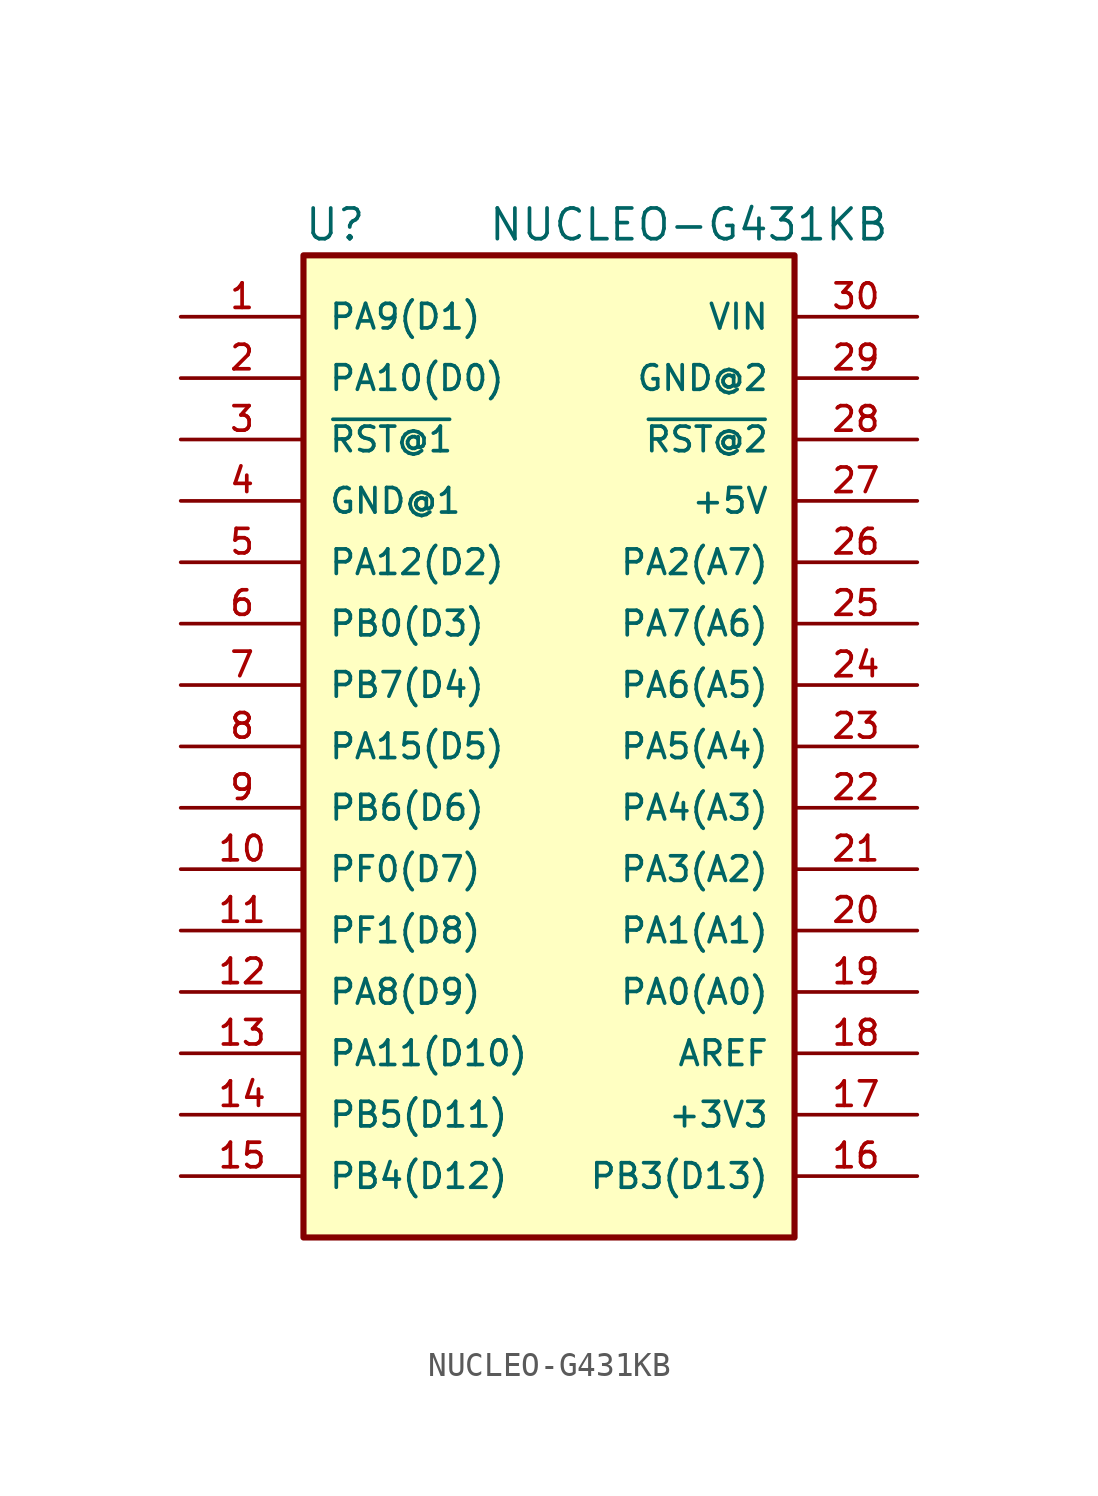
<source format=kicad_sym>
(kicad_symbol_lib
  (version 20220914)
  (generator kicad_symbol_editor)
  (symbol "NUCLEO-G431KB"
    (pin_names
      (offset 1.016))
    (property "Reference" "U"
      (at -10.16 21.59 0)
      (effects (font (size 1.27 1.27)) (justify left)))
    (property "Value" "NUCLEO-G431KB"
      (at -2.54 21.59 0)
      (effects (font (size 1.27 1.27)) (justify left)))
    (symbol "NUCLEO-G431KB_0_0"
      (rectangle (start -10.16 20.32) (end 10.16 -20.32) (stroke (width 0.254) (type default)) (fill (type background)))
      (pin bidirectional line (at -15.24 17.78 0) (length 5.08) (name "PA9(D1)" (effects (font (size 1.016 1.016)))) (number "1" (effects (font (size 1.016 1.016)))))
      (pin bidirectional line (at -15.24 -5.08 0) (length 5.08) (name "PF0(D7)" (effects (font (size 1.016 1.016)))) (number "10" (effects (font (size 1.016 1.016)))))
      (pin bidirectional line (at -15.24 -7.62 0) (length 5.08) (name "PF1(D8)" (effects (font (size 1.016 1.016)))) (number "11" (effects (font (size 1.016 1.016)))))
      (pin bidirectional line (at -15.24 -10.16 0) (length 5.08) (name "PA8(D9)" (effects (font (size 1.016 1.016)))) (number "12" (effects (font (size 1.016 1.016)))))
      (pin bidirectional line (at -15.24 -12.7 0) (length 5.08) (name "PA11(D10)" (effects (font (size 1.016 1.016)))) (number "13" (effects (font (size 1.016 1.016)))))
      (pin bidirectional line (at -15.24 -15.24 0) (length 5.08) (name "PB5(D11)" (effects (font (size 1.016 1.016)))) (number "14" (effects (font (size 1.016 1.016)))))
      (pin bidirectional line (at -15.24 -17.78 0) (length 5.08) (name "PB4(D12)" (effects (font (size 1.016 1.016)))) (number "15" (effects (font (size 1.016 1.016)))))
      (pin bidirectional line (at 15.24 -17.78 180) (length 5.08) (name "PB3(D13)" (effects (font (size 1.016 1.016)))) (number "16" (effects (font (size 1.016 1.016)))))
      (pin passive line (at 15.24 -15.24 180) (length 5.08) (name "+3V3" (effects (font (size 1.016 1.016)))) (number "17" (effects (font (size 1.016 1.016)))))
      (pin passive line (at 15.24 -12.7 180) (length 5.08) (name "AREF" (effects (font (size 1.016 1.016)))) (number "18" (effects (font (size 1.016 1.016)))))
      (pin bidirectional line (at 15.24 -10.16 180) (length 5.08) (name "PA0(A0)" (effects (font (size 1.016 1.016)))) (number "19" (effects (font (size 1.016 1.016)))))
      (pin bidirectional line (at -15.24 15.24 0) (length 5.08) (name "PA10(D0)" (effects (font (size 1.016 1.016)))) (number "2" (effects (font (size 1.016 1.016)))))
      (pin bidirectional line (at 15.24 -7.62 180) (length 5.08) (name "PA1(A1)" (effects (font (size 1.016 1.016)))) (number "20" (effects (font (size 1.016 1.016)))))
      (pin bidirectional line (at 15.24 -5.08 180) (length 5.08) (name "PA3(A2)" (effects (font (size 1.016 1.016)))) (number "21" (effects (font (size 1.016 1.016)))))
      (pin bidirectional line (at 15.24 -2.54 180) (length 5.08) (name "PA4(A3)" (effects (font (size 1.016 1.016)))) (number "22" (effects (font (size 1.016 1.016)))))
      (pin bidirectional line (at 15.24 0 180) (length 5.08) (name "PA5(A4)" (effects (font (size 1.016 1.016)))) (number "23" (effects (font (size 1.016 1.016)))))
      (pin bidirectional line (at 15.24 2.54 180) (length 5.08) (name "PA6(A5)" (effects (font (size 1.016 1.016)))) (number "24" (effects (font (size 1.016 1.016)))))
      (pin bidirectional line (at 15.24 5.08 180) (length 5.08) (name "PA7(A6)" (effects (font (size 1.016 1.016)))) (number "25" (effects (font (size 1.016 1.016)))))
      (pin bidirectional line (at 15.24 7.62 180) (length 5.08) (name "PA2(A7)" (effects (font (size 1.016 1.016)))) (number "26" (effects (font (size 1.016 1.016)))))
      (pin passive line (at 15.24 10.16 180) (length 5.08) (name "+5V" (effects (font (size 1.016 1.016)))) (number "27" (effects (font (size 1.016 1.016)))))
      (pin bidirectional line (at 15.24 12.7 180) (length 5.08) (name "~{RST@2}" (effects (font (size 1.016 1.016)))) (number "28" (effects (font (size 1.016 1.016)))))
      (pin passive line (at 15.24 15.24 180) (length 5.08) (name "GND@2" (effects (font (size 1.016 1.016)))) (number "29" (effects (font (size 1.016 1.016)))))
      (pin bidirectional line (at -15.24 12.7 0) (length 5.08) (name "~{RST@1}" (effects (font (size 1.016 1.016)))) (number "3" (effects (font (size 1.016 1.016)))))
      (pin passive line (at 15.24 17.78 180) (length 5.08) (name "VIN" (effects (font (size 1.016 1.016)))) (number "30" (effects (font (size 1.016 1.016)))))
      (pin passive line (at -15.24 10.16 0) (length 5.08) (name "GND@1" (effects (font (size 1.016 1.016)))) (number "4" (effects (font (size 1.016 1.016)))))
      (pin bidirectional line (at -15.24 7.62 0) (length 5.08) (name "PA12(D2)" (effects (font (size 1.016 1.016)))) (number "5" (effects (font (size 1.016 1.016)))))
      (pin bidirectional line (at -15.24 5.08 0) (length 5.08) (name "PB0(D3)" (effects (font (size 1.016 1.016)))) (number "6" (effects (font (size 1.016 1.016)))))
      (pin bidirectional line (at -15.24 2.54 0) (length 5.08) (name "PB7(D4)" (effects (font (size 1.016 1.016)))) (number "7" (effects (font (size 1.016 1.016)))))
      (pin bidirectional line (at -15.24 0 0) (length 5.08) (name "PA15(D5)" (effects (font (size 1.016 1.016)))) (number "8" (effects (font (size 1.016 1.016)))))
      (pin bidirectional line (at -15.24 -2.54 0) (length 5.08) (name "PB6(D6)" (effects (font (size 1.016 1.016)))) (number "9" (effects (font (size 1.016 1.016))))))))
</source>
